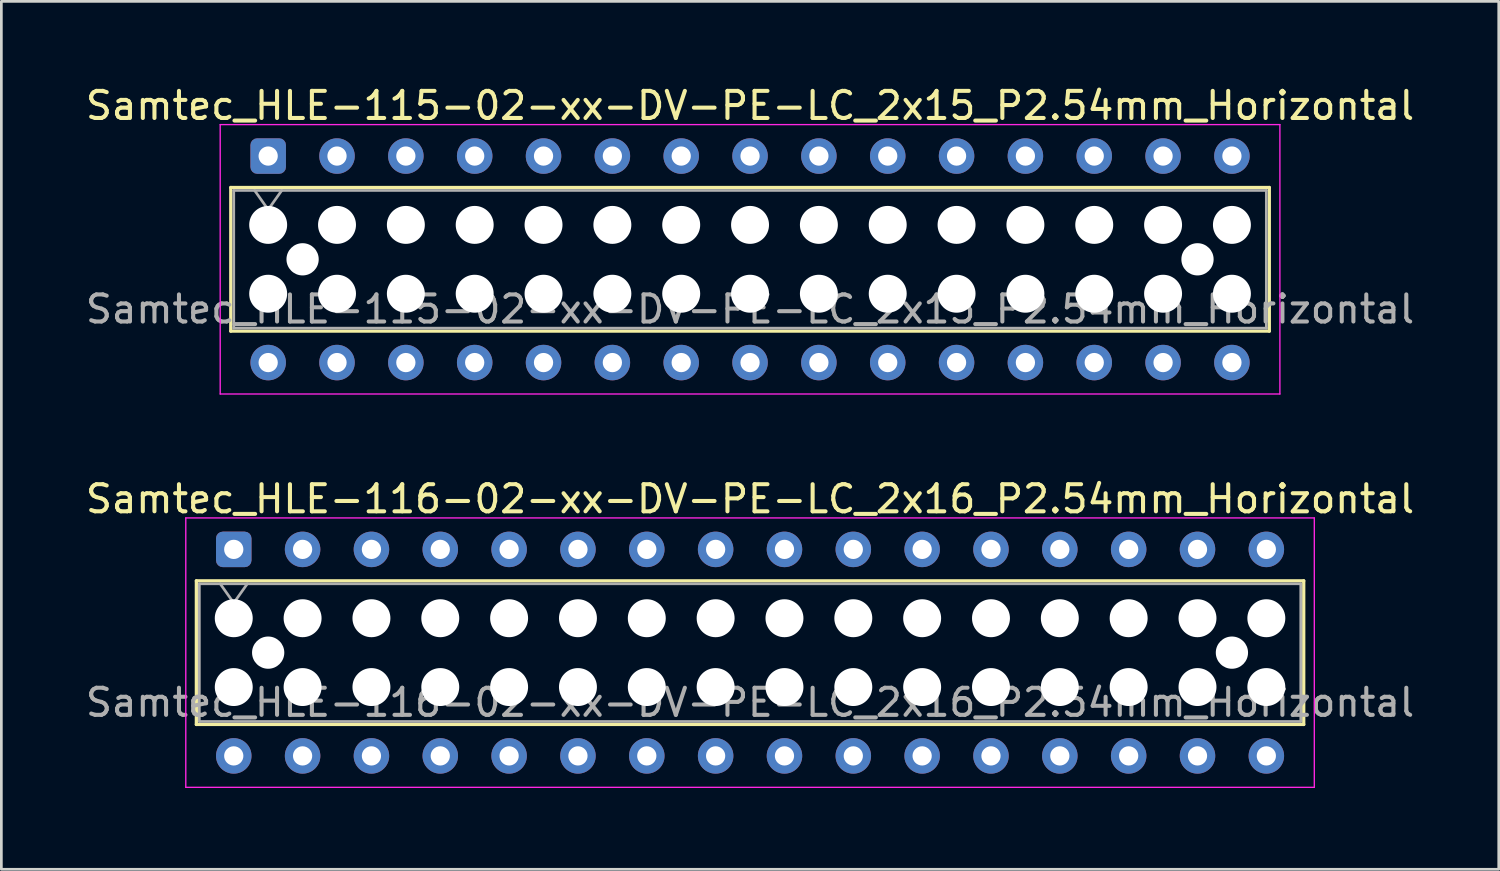
<source format=kicad_pcb>
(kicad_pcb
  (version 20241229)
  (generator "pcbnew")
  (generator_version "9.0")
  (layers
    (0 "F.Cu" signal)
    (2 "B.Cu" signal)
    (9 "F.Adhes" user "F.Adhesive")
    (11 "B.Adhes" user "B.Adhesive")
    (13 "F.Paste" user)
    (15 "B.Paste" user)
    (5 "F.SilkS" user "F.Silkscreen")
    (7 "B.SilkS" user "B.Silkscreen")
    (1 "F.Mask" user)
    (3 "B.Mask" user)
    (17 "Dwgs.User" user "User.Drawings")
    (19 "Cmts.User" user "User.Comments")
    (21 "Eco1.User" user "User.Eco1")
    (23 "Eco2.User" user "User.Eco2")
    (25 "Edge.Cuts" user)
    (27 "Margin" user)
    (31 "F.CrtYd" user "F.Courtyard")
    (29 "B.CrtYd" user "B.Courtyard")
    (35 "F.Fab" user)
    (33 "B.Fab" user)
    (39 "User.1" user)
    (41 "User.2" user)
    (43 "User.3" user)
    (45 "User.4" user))
  (footprint "Samtec_HLE-115-02-xx-DV-PE-LC_2x15_P2.54mm_Horizontal"
    (layer "F.Cu")
    (at 6.845 2.708)
    (property "Reference" "Samtec_HLE-115-02-xx-DV-PE-LC_2x15_P2.54mm_Horizontal" (at 17.78 -1.86 0) (layer "F.SilkS") (effects (font (size 1 1) (thickness 0.15))))
    (attr through_hole)
    (fp_line (start -1.38 1.16) (end 36.94 1.16) (stroke (width 0.12) (type solid)) (layer "F.SilkS"))
    (fp_line (start -1.38 6.46) (end -1.38 1.16) (stroke (width 0.12) (type solid)) (layer "F.SilkS"))
    (fp_line (start 36.94 1.16) (end 36.94 6.46) (stroke (width 0.12) (type solid)) (layer "F.SilkS"))
    (fp_line (start 36.94 6.46) (end -1.38 6.46) (stroke (width 0.12) (type solid)) (layer "F.SilkS"))
    (fp_line (start -1.77 -1.16) (end 37.33 -1.16) (stroke (width 0.05) (type solid)) (layer "F.CrtYd"))
    (fp_line (start -1.77 8.78) (end -1.77 -1.16) (stroke (width 0.05) (type solid)) (layer "F.CrtYd"))
    (fp_line (start 37.33 -1.16) (end 37.33 8.78) (stroke (width 0.05) (type solid)) (layer "F.CrtYd"))
    (fp_line (start 37.33 8.78) (end -1.77 8.78) (stroke (width 0.05) (type solid)) (layer "F.CrtYd"))
    (fp_line (start -1.27 1.27) (end 36.83 1.27) (stroke (width 0.1) (type solid)) (layer "F.Fab"))
    (fp_line (start -1.27 6.35) (end -1.27 1.27) (stroke (width 0.1) (type solid)) (layer "F.Fab"))
    (fp_line (start -0.5 1.27) (end 0 1.977) (stroke (width 0.1) (type solid)) (layer "F.Fab"))
    (fp_line (start 0 1.977) (end 0.5 1.27) (stroke (width 0.1) (type solid)) (layer "F.Fab"))
    (fp_line (start 36.83 1.27) (end 36.83 6.35) (stroke (width 0.1) (type solid)) (layer "F.Fab"))
    (fp_line (start 36.83 6.35) (end -1.27 6.35) (stroke (width 0.1) (type solid)) (layer "F.Fab"))
    (fp_text user "${REFERENCE}" (at 17.78 5.65 0) (layer "F.Fab") (effects (font (size 1 1) (thickness 0.15))))
    (pad "" np_thru_hole circle (at 0 2.54) (size 1.4 1.4) (drill 1.4) (layers "*.Cu" "*.Mask"))
    (pad "" np_thru_hole circle (at 0 5.08) (size 1.4 1.4) (drill 1.4) (layers "*.Cu" "*.Mask"))
    (pad "" np_thru_hole circle (at 1.27 3.81) (size 1.19 1.19) (drill 1.19) (layers "*.Cu" "*.Mask"))
    (pad "" np_thru_hole circle (at 2.54 2.54) (size 1.4 1.4) (drill 1.4) (layers "*.Cu" "*.Mask"))
    (pad "" np_thru_hole circle (at 2.54 5.08) (size 1.4 1.4) (drill 1.4) (layers "*.Cu" "*.Mask"))
    (pad "" np_thru_hole circle (at 5.08 2.54) (size 1.4 1.4) (drill 1.4) (layers "*.Cu" "*.Mask"))
    (pad "" np_thru_hole circle (at 5.08 5.08) (size 1.4 1.4) (drill 1.4) (layers "*.Cu" "*.Mask"))
    (pad "" np_thru_hole circle (at 7.62 2.54) (size 1.4 1.4) (drill 1.4) (layers "*.Cu" "*.Mask"))
    (pad "" np_thru_hole circle (at 7.62 5.08) (size 1.4 1.4) (drill 1.4) (layers "*.Cu" "*.Mask"))
    (pad "" np_thru_hole circle (at 10.16 2.54) (size 1.4 1.4) (drill 1.4) (layers "*.Cu" "*.Mask"))
    (pad "" np_thru_hole circle (at 10.16 5.08) (size 1.4 1.4) (drill 1.4) (layers "*.Cu" "*.Mask"))
    (pad "" np_thru_hole circle (at 12.7 2.54) (size 1.4 1.4) (drill 1.4) (layers "*.Cu" "*.Mask"))
    (pad "" np_thru_hole circle (at 12.7 5.08) (size 1.4 1.4) (drill 1.4) (layers "*.Cu" "*.Mask"))
    (pad "" np_thru_hole circle (at 15.24 2.54) (size 1.4 1.4) (drill 1.4) (layers "*.Cu" "*.Mask"))
    (pad "" np_thru_hole circle (at 15.24 5.08) (size 1.4 1.4) (drill 1.4) (layers "*.Cu" "*.Mask"))
    (pad "" np_thru_hole circle (at 17.78 2.54) (size 1.4 1.4) (drill 1.4) (layers "*.Cu" "*.Mask"))
    (pad "" np_thru_hole circle (at 17.78 5.08) (size 1.4 1.4) (drill 1.4) (layers "*.Cu" "*.Mask"))
    (pad "" np_thru_hole circle (at 20.32 2.54) (size 1.4 1.4) (drill 1.4) (layers "*.Cu" "*.Mask"))
    (pad "" np_thru_hole circle (at 20.32 5.08) (size 1.4 1.4) (drill 1.4) (layers "*.Cu" "*.Mask"))
    (pad "" np_thru_hole circle (at 22.86 2.54) (size 1.4 1.4) (drill 1.4) (layers "*.Cu" "*.Mask"))
    (pad "" np_thru_hole circle (at 22.86 5.08) (size 1.4 1.4) (drill 1.4) (layers "*.Cu" "*.Mask"))
    (pad "" np_thru_hole circle (at 25.4 2.54) (size 1.4 1.4) (drill 1.4) (layers "*.Cu" "*.Mask"))
    (pad "" np_thru_hole circle (at 25.4 5.08) (size 1.4 1.4) (drill 1.4) (layers "*.Cu" "*.Mask"))
    (pad "" np_thru_hole circle (at 27.94 2.54) (size 1.4 1.4) (drill 1.4) (layers "*.Cu" "*.Mask"))
    (pad "" np_thru_hole circle (at 27.94 5.08) (size 1.4 1.4) (drill 1.4) (layers "*.Cu" "*.Mask"))
    (pad "" np_thru_hole circle (at 30.48 2.54) (size 1.4 1.4) (drill 1.4) (layers "*.Cu" "*.Mask"))
    (pad "" np_thru_hole circle (at 30.48 5.08) (size 1.4 1.4) (drill 1.4) (layers "*.Cu" "*.Mask"))
    (pad "" np_thru_hole circle (at 33.02 2.54) (size 1.4 1.4) (drill 1.4) (layers "*.Cu" "*.Mask"))
    (pad "" np_thru_hole circle (at 33.02 5.08) (size 1.4 1.4) (drill 1.4) (layers "*.Cu" "*.Mask"))
    (pad "" np_thru_hole circle (at 34.29 3.81) (size 1.19 1.19) (drill 1.19) (layers "*.Cu" "*.Mask"))
    (pad "" np_thru_hole circle (at 35.56 2.54) (size 1.4 1.4) (drill 1.4) (layers "*.Cu" "*.Mask"))
    (pad "" np_thru_hole circle (at 35.56 5.08) (size 1.4 1.4) (drill 1.4) (layers "*.Cu" "*.Mask"))
    (pad "1" thru_hole roundrect (at 0 0) (size 1.31 1.31) (drill 0.71) (layers "*.Cu" "*.Mask") (roundrect_rratio 0.191))
    (pad "2" thru_hole circle (at 0 7.62) (size 1.31 1.31) (drill 0.71) (layers "*.Cu" "*.Mask"))
    (pad "3" thru_hole circle (at 2.54 0) (size 1.31 1.31) (drill 0.71) (layers "*.Cu" "*.Mask"))
    (pad "4" thru_hole circle (at 2.54 7.62) (size 1.31 1.31) (drill 0.71) (layers "*.Cu" "*.Mask"))
    (pad "5" thru_hole circle (at 5.08 0) (size 1.31 1.31) (drill 0.71) (layers "*.Cu" "*.Mask"))
    (pad "6" thru_hole circle (at 5.08 7.62) (size 1.31 1.31) (drill 0.71) (layers "*.Cu" "*.Mask"))
    (pad "7" thru_hole circle (at 7.62 0) (size 1.31 1.31) (drill 0.71) (layers "*.Cu" "*.Mask"))
    (pad "8" thru_hole circle (at 7.62 7.62) (size 1.31 1.31) (drill 0.71) (layers "*.Cu" "*.Mask"))
    (pad "9" thru_hole circle (at 10.16 0) (size 1.31 1.31) (drill 0.71) (layers "*.Cu" "*.Mask"))
    (pad "10" thru_hole circle (at 10.16 7.62) (size 1.31 1.31) (drill 0.71) (layers "*.Cu" "*.Mask"))
    (pad "11" thru_hole circle (at 12.7 0) (size 1.31 1.31) (drill 0.71) (layers "*.Cu" "*.Mask"))
    (pad "12" thru_hole circle (at 12.7 7.62) (size 1.31 1.31) (drill 0.71) (layers "*.Cu" "*.Mask"))
    (pad "13" thru_hole circle (at 15.24 0) (size 1.31 1.31) (drill 0.71) (layers "*.Cu" "*.Mask"))
    (pad "14" thru_hole circle (at 15.24 7.62) (size 1.31 1.31) (drill 0.71) (layers "*.Cu" "*.Mask"))
    (pad "15" thru_hole circle (at 17.78 0) (size 1.31 1.31) (drill 0.71) (layers "*.Cu" "*.Mask"))
    (pad "16" thru_hole circle (at 17.78 7.62) (size 1.31 1.31) (drill 0.71) (layers "*.Cu" "*.Mask"))
    (pad "17" thru_hole circle (at 20.32 0) (size 1.31 1.31) (drill 0.71) (layers "*.Cu" "*.Mask"))
    (pad "18" thru_hole circle (at 20.32 7.62) (size 1.31 1.31) (drill 0.71) (layers "*.Cu" "*.Mask"))
    (pad "19" thru_hole circle (at 22.86 0) (size 1.31 1.31) (drill 0.71) (layers "*.Cu" "*.Mask"))
    (pad "20" thru_hole circle (at 22.86 7.62) (size 1.31 1.31) (drill 0.71) (layers "*.Cu" "*.Mask"))
    (pad "21" thru_hole circle (at 25.4 0) (size 1.31 1.31) (drill 0.71) (layers "*.Cu" "*.Mask"))
    (pad "22" thru_hole circle (at 25.4 7.62) (size 1.31 1.31) (drill 0.71) (layers "*.Cu" "*.Mask"))
    (pad "23" thru_hole circle (at 27.94 0) (size 1.31 1.31) (drill 0.71) (layers "*.Cu" "*.Mask"))
    (pad "24" thru_hole circle (at 27.94 7.62) (size 1.31 1.31) (drill 0.71) (layers "*.Cu" "*.Mask"))
    (pad "25" thru_hole circle (at 30.48 0) (size 1.31 1.31) (drill 0.71) (layers "*.Cu" "*.Mask"))
    (pad "26" thru_hole circle (at 30.48 7.62) (size 1.31 1.31) (drill 0.71) (layers "*.Cu" "*.Mask"))
    (pad "27" thru_hole circle (at 33.02 0) (size 1.31 1.31) (drill 0.71) (layers "*.Cu" "*.Mask"))
    (pad "28" thru_hole circle (at 33.02 7.62) (size 1.31 1.31) (drill 0.71) (layers "*.Cu" "*.Mask"))
    (pad "29" thru_hole circle (at 35.56 0) (size 1.31 1.31) (drill 0.71) (layers "*.Cu" "*.Mask"))
    (pad "30" thru_hole circle (at 35.56 7.62) (size 1.31 1.31) (drill 0.71) (layers "*.Cu" "*.Mask")))
  (footprint "Samtec_HLE-116-02-xx-DV-PE-LC_2x16_P2.54mm_Horizontal"
    (layer "F.Cu")
    (at 5.575 17.221)
    (property "Reference" "Samtec_HLE-116-02-xx-DV-PE-LC_2x16_P2.54mm_Horizontal" (at 19.05 -1.86 0) (layer "F.SilkS") (effects (font (size 1 1) (thickness 0.15))))
    (attr through_hole)
    (fp_line (start -1.38 1.16) (end 39.48 1.16) (stroke (width 0.12) (type solid)) (layer "F.SilkS"))
    (fp_line (start -1.38 6.46) (end -1.38 1.16) (stroke (width 0.12) (type solid)) (layer "F.SilkS"))
    (fp_line (start 39.48 1.16) (end 39.48 6.46) (stroke (width 0.12) (type solid)) (layer "F.SilkS"))
    (fp_line (start 39.48 6.46) (end -1.38 6.46) (stroke (width 0.12) (type solid)) (layer "F.SilkS"))
    (fp_line (start -1.77 -1.16) (end 39.87 -1.16) (stroke (width 0.05) (type solid)) (layer "F.CrtYd"))
    (fp_line (start -1.77 8.78) (end -1.77 -1.16) (stroke (width 0.05) (type solid)) (layer "F.CrtYd"))
    (fp_line (start 39.87 -1.16) (end 39.87 8.78) (stroke (width 0.05) (type solid)) (layer "F.CrtYd"))
    (fp_line (start 39.87 8.78) (end -1.77 8.78) (stroke (width 0.05) (type solid)) (layer "F.CrtYd"))
    (fp_line (start -1.27 1.27) (end 39.37 1.27) (stroke (width 0.1) (type solid)) (layer "F.Fab"))
    (fp_line (start -1.27 6.35) (end -1.27 1.27) (stroke (width 0.1) (type solid)) (layer "F.Fab"))
    (fp_line (start -0.5 1.27) (end 0 1.977) (stroke (width 0.1) (type solid)) (layer "F.Fab"))
    (fp_line (start 0 1.977) (end 0.5 1.27) (stroke (width 0.1) (type solid)) (layer "F.Fab"))
    (fp_line (start 39.37 1.27) (end 39.37 6.35) (stroke (width 0.1) (type solid)) (layer "F.Fab"))
    (fp_line (start 39.37 6.35) (end -1.27 6.35) (stroke (width 0.1) (type solid)) (layer "F.Fab"))
    (fp_text user "${REFERENCE}" (at 19.05 5.65 0) (layer "F.Fab") (effects (font (size 1 1) (thickness 0.15))))
    (pad "" np_thru_hole circle (at 0 2.54) (size 1.4 1.4) (drill 1.4) (layers "*.Cu" "*.Mask"))
    (pad "" np_thru_hole circle (at 0 5.08) (size 1.4 1.4) (drill 1.4) (layers "*.Cu" "*.Mask"))
    (pad "" np_thru_hole circle (at 1.27 3.81) (size 1.19 1.19) (drill 1.19) (layers "*.Cu" "*.Mask"))
    (pad "" np_thru_hole circle (at 2.54 2.54) (size 1.4 1.4) (drill 1.4) (layers "*.Cu" "*.Mask"))
    (pad "" np_thru_hole circle (at 2.54 5.08) (size 1.4 1.4) (drill 1.4) (layers "*.Cu" "*.Mask"))
    (pad "" np_thru_hole circle (at 5.08 2.54) (size 1.4 1.4) (drill 1.4) (layers "*.Cu" "*.Mask"))
    (pad "" np_thru_hole circle (at 5.08 5.08) (size 1.4 1.4) (drill 1.4) (layers "*.Cu" "*.Mask"))
    (pad "" np_thru_hole circle (at 7.62 2.54) (size 1.4 1.4) (drill 1.4) (layers "*.Cu" "*.Mask"))
    (pad "" np_thru_hole circle (at 7.62 5.08) (size 1.4 1.4) (drill 1.4) (layers "*.Cu" "*.Mask"))
    (pad "" np_thru_hole circle (at 10.16 2.54) (size 1.4 1.4) (drill 1.4) (layers "*.Cu" "*.Mask"))
    (pad "" np_thru_hole circle (at 10.16 5.08) (size 1.4 1.4) (drill 1.4) (layers "*.Cu" "*.Mask"))
    (pad "" np_thru_hole circle (at 12.7 2.54) (size 1.4 1.4) (drill 1.4) (layers "*.Cu" "*.Mask"))
    (pad "" np_thru_hole circle (at 12.7 5.08) (size 1.4 1.4) (drill 1.4) (layers "*.Cu" "*.Mask"))
    (pad "" np_thru_hole circle (at 15.24 2.54) (size 1.4 1.4) (drill 1.4) (layers "*.Cu" "*.Mask"))
    (pad "" np_thru_hole circle (at 15.24 5.08) (size 1.4 1.4) (drill 1.4) (layers "*.Cu" "*.Mask"))
    (pad "" np_thru_hole circle (at 17.78 2.54) (size 1.4 1.4) (drill 1.4) (layers "*.Cu" "*.Mask"))
    (pad "" np_thru_hole circle (at 17.78 5.08) (size 1.4 1.4) (drill 1.4) (layers "*.Cu" "*.Mask"))
    (pad "" np_thru_hole circle (at 20.32 2.54) (size 1.4 1.4) (drill 1.4) (layers "*.Cu" "*.Mask"))
    (pad "" np_thru_hole circle (at 20.32 5.08) (size 1.4 1.4) (drill 1.4) (layers "*.Cu" "*.Mask"))
    (pad "" np_thru_hole circle (at 22.86 2.54) (size 1.4 1.4) (drill 1.4) (layers "*.Cu" "*.Mask"))
    (pad "" np_thru_hole circle (at 22.86 5.08) (size 1.4 1.4) (drill 1.4) (layers "*.Cu" "*.Mask"))
    (pad "" np_thru_hole circle (at 25.4 2.54) (size 1.4 1.4) (drill 1.4) (layers "*.Cu" "*.Mask"))
    (pad "" np_thru_hole circle (at 25.4 5.08) (size 1.4 1.4) (drill 1.4) (layers "*.Cu" "*.Mask"))
    (pad "" np_thru_hole circle (at 27.94 2.54) (size 1.4 1.4) (drill 1.4) (layers "*.Cu" "*.Mask"))
    (pad "" np_thru_hole circle (at 27.94 5.08) (size 1.4 1.4) (drill 1.4) (layers "*.Cu" "*.Mask"))
    (pad "" np_thru_hole circle (at 30.48 2.54) (size 1.4 1.4) (drill 1.4) (layers "*.Cu" "*.Mask"))
    (pad "" np_thru_hole circle (at 30.48 5.08) (size 1.4 1.4) (drill 1.4) (layers "*.Cu" "*.Mask"))
    (pad "" np_thru_hole circle (at 33.02 2.54) (size 1.4 1.4) (drill 1.4) (layers "*.Cu" "*.Mask"))
    (pad "" np_thru_hole circle (at 33.02 5.08) (size 1.4 1.4) (drill 1.4) (layers "*.Cu" "*.Mask"))
    (pad "" np_thru_hole circle (at 35.56 2.54) (size 1.4 1.4) (drill 1.4) (layers "*.Cu" "*.Mask"))
    (pad "" np_thru_hole circle (at 35.56 5.08) (size 1.4 1.4) (drill 1.4) (layers "*.Cu" "*.Mask"))
    (pad "" np_thru_hole circle (at 36.83 3.81) (size 1.19 1.19) (drill 1.19) (layers "*.Cu" "*.Mask"))
    (pad "" np_thru_hole circle (at 38.1 2.54) (size 1.4 1.4) (drill 1.4) (layers "*.Cu" "*.Mask"))
    (pad "" np_thru_hole circle (at 38.1 5.08) (size 1.4 1.4) (drill 1.4) (layers "*.Cu" "*.Mask"))
    (pad "1" thru_hole roundrect (at 0 0) (size 1.31 1.31) (drill 0.71) (layers "*.Cu" "*.Mask") (roundrect_rratio 0.191))
    (pad "2" thru_hole circle (at 0 7.62) (size 1.31 1.31) (drill 0.71) (layers "*.Cu" "*.Mask"))
    (pad "3" thru_hole circle (at 2.54 0) (size 1.31 1.31) (drill 0.71) (layers "*.Cu" "*.Mask"))
    (pad "4" thru_hole circle (at 2.54 7.62) (size 1.31 1.31) (drill 0.71) (layers "*.Cu" "*.Mask"))
    (pad "5" thru_hole circle (at 5.08 0) (size 1.31 1.31) (drill 0.71) (layers "*.Cu" "*.Mask"))
    (pad "6" thru_hole circle (at 5.08 7.62) (size 1.31 1.31) (drill 0.71) (layers "*.Cu" "*.Mask"))
    (pad "7" thru_hole circle (at 7.62 0) (size 1.31 1.31) (drill 0.71) (layers "*.Cu" "*.Mask"))
    (pad "8" thru_hole circle (at 7.62 7.62) (size 1.31 1.31) (drill 0.71) (layers "*.Cu" "*.Mask"))
    (pad "9" thru_hole circle (at 10.16 0) (size 1.31 1.31) (drill 0.71) (layers "*.Cu" "*.Mask"))
    (pad "10" thru_hole circle (at 10.16 7.62) (size 1.31 1.31) (drill 0.71) (layers "*.Cu" "*.Mask"))
    (pad "11" thru_hole circle (at 12.7 0) (size 1.31 1.31) (drill 0.71) (layers "*.Cu" "*.Mask"))
    (pad "12" thru_hole circle (at 12.7 7.62) (size 1.31 1.31) (drill 0.71) (layers "*.Cu" "*.Mask"))
    (pad "13" thru_hole circle (at 15.24 0) (size 1.31 1.31) (drill 0.71) (layers "*.Cu" "*.Mask"))
    (pad "14" thru_hole circle (at 15.24 7.62) (size 1.31 1.31) (drill 0.71) (layers "*.Cu" "*.Mask"))
    (pad "15" thru_hole circle (at 17.78 0) (size 1.31 1.31) (drill 0.71) (layers "*.Cu" "*.Mask"))
    (pad "16" thru_hole circle (at 17.78 7.62) (size 1.31 1.31) (drill 0.71) (layers "*.Cu" "*.Mask"))
    (pad "17" thru_hole circle (at 20.32 0) (size 1.31 1.31) (drill 0.71) (layers "*.Cu" "*.Mask"))
    (pad "18" thru_hole circle (at 20.32 7.62) (size 1.31 1.31) (drill 0.71) (layers "*.Cu" "*.Mask"))
    (pad "19" thru_hole circle (at 22.86 0) (size 1.31 1.31) (drill 0.71) (layers "*.Cu" "*.Mask"))
    (pad "20" thru_hole circle (at 22.86 7.62) (size 1.31 1.31) (drill 0.71) (layers "*.Cu" "*.Mask"))
    (pad "21" thru_hole circle (at 25.4 0) (size 1.31 1.31) (drill 0.71) (layers "*.Cu" "*.Mask"))
    (pad "22" thru_hole circle (at 25.4 7.62) (size 1.31 1.31) (drill 0.71) (layers "*.Cu" "*.Mask"))
    (pad "23" thru_hole circle (at 27.94 0) (size 1.31 1.31) (drill 0.71) (layers "*.Cu" "*.Mask"))
    (pad "24" thru_hole circle (at 27.94 7.62) (size 1.31 1.31) (drill 0.71) (layers "*.Cu" "*.Mask"))
    (pad "25" thru_hole circle (at 30.48 0) (size 1.31 1.31) (drill 0.71) (layers "*.Cu" "*.Mask"))
    (pad "26" thru_hole circle (at 30.48 7.62) (size 1.31 1.31) (drill 0.71) (layers "*.Cu" "*.Mask"))
    (pad "27" thru_hole circle (at 33.02 0) (size 1.31 1.31) (drill 0.71) (layers "*.Cu" "*.Mask"))
    (pad "28" thru_hole circle (at 33.02 7.62) (size 1.31 1.31) (drill 0.71) (layers "*.Cu" "*.Mask"))
    (pad "29" thru_hole circle (at 35.56 0) (size 1.31 1.31) (drill 0.71) (layers "*.Cu" "*.Mask"))
    (pad "30" thru_hole circle (at 35.56 7.62) (size 1.31 1.31) (drill 0.71) (layers "*.Cu" "*.Mask"))
    (pad "31" thru_hole circle (at 38.1 0) (size 1.31 1.31) (drill 0.71) (layers "*.Cu" "*.Mask"))
    (pad "32" thru_hole circle (at 38.1 7.62) (size 1.31 1.31) (drill 0.71) (layers "*.Cu" "*.Mask")))
  (gr_rect
    (start -3 -3)
    (end 52.25 29.026)
    (stroke (width 0.1) (type default))
    (fill no)
    (layer "Edge.Cuts")))
</source>
